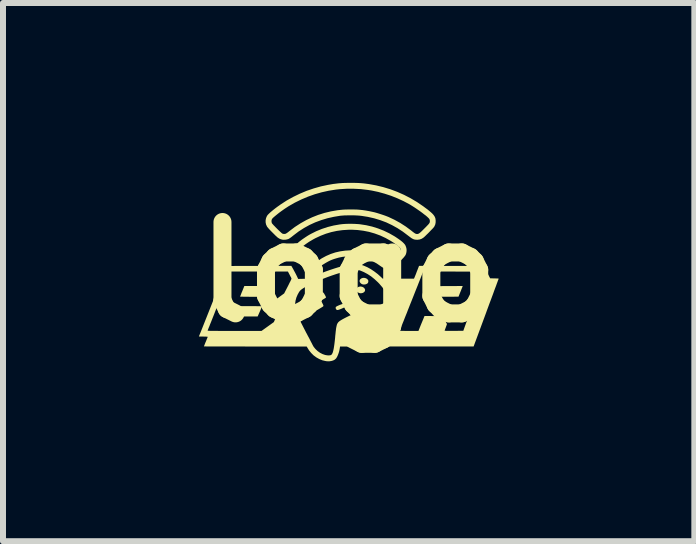
<source format=kicad_pcb>
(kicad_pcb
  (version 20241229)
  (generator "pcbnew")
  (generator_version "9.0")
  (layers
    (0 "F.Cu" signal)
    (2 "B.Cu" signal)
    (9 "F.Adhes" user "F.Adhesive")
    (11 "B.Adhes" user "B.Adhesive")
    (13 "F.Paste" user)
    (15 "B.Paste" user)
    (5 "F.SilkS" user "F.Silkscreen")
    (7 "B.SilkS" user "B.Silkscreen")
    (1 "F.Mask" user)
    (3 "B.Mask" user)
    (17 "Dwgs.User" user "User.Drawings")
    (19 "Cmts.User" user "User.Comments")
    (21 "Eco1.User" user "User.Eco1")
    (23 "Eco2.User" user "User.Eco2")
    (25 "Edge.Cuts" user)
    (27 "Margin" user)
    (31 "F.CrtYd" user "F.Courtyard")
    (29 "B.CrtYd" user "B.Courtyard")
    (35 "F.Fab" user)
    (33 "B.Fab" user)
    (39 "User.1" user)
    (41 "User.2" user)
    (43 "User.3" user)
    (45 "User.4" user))
  (footprint "logo"
    (layer "F.Cu")
    (at 2.765 1.487)
    (property "Reference" "logo" (at 0 0 0) (layer "F.SilkS") (effects (font (size 1.524 1.524) (thickness 0.3))))
    (attr board_only exclude_from_pos_files exclude_from_bom)
    (fp_poly (pts (xy 0.206 0.242) (xy 0.23 0.248) (xy 0.25 0.259) (xy 0.264 0.273) (xy 0.273 0.291) (xy 0.274 0.297) (xy 0.272 0.313) (xy 0.265 0.327) (xy 0.252 0.339) (xy 0.235 0.348) (xy 0.216 0.353) (xy 0.196 0.354) (xy 0.177 0.35) (xy 0.154 0.34) (xy 0.138 0.326) (xy 0.129 0.309) (xy 0.126 0.292) (xy 0.13 0.277) (xy 0.139 0.264) (xy 0.154 0.253) (xy 0.172 0.245) (xy 0.192 0.242)) (stroke (width 0) (type solid)) (fill yes) (layer "F.SilkS"))
    (fp_poly (pts (xy 0.033 0.192) (xy 0.049 0.2) (xy 0.066 0.213) (xy 0.075 0.228) (xy 0.078 0.245) (xy 0.078 0.247) (xy 0.075 0.263) (xy 0.065 0.277) (xy 0.051 0.288) (xy 0.033 0.295) (xy 0.013 0.298) (xy -0.008 0.296) (xy -0.029 0.29) (xy -0.033 0.288) (xy -0.051 0.276) (xy -0.063 0.261) (xy -0.068 0.245) (xy -0.068 0.229) (xy -0.061 0.214) (xy -0.048 0.201) (xy -0.033 0.193) (xy -0.011 0.188) (xy 0.012 0.188)) (stroke (width 0) (type solid)) (fill yes) (layer "F.SilkS"))
    (fp_poly (pts (xy 0.279 0.101) (xy 0.3 0.11) (xy 0.317 0.125) (xy 0.319 0.126) (xy 0.327 0.141) (xy 0.328 0.159) (xy 0.324 0.176) (xy 0.322 0.18) (xy 0.311 0.192) (xy 0.294 0.201) (xy 0.274 0.207) (xy 0.252 0.208) (xy 0.235 0.206) (xy 0.219 0.2) (xy 0.204 0.19) (xy 0.192 0.177) (xy 0.185 0.165) (xy 0.184 0.163) (xy 0.182 0.145) (xy 0.187 0.129) (xy 0.197 0.117) (xy 0.214 0.105) (xy 0.235 0.098) (xy 0.257 0.097)) (stroke (width 0) (type solid)) (fill yes) (layer "F.SilkS"))
    (fp_poly (pts (xy 0.072 0.046) (xy 0.092 0.054) (xy 0.108 0.065) (xy 0.115 0.073) (xy 0.121 0.09) (xy 0.122 0.107) (xy 0.117 0.123) (xy 0.114 0.128) (xy 0.1 0.14) (xy 0.081 0.148) (xy 0.059 0.152) (xy 0.036 0.152) (xy 0.019 0.148) (xy 0.009 0.143) (xy -0.003 0.134) (xy -0.008 0.129) (xy -0.017 0.119) (xy -0.021 0.111) (xy -0.023 0.101) (xy -0.023 0.096) (xy -0.02 0.078) (xy -0.011 0.063) (xy 0.004 0.052) (xy 0.009 0.049) (xy 0.029 0.044) (xy 0.051 0.043)) (stroke (width 0) (type solid)) (fill yes) (layer "F.SilkS"))
    (fp_poly (pts (xy 0.143 0.441) (xy 0.153 0.447) (xy 0.16 0.458) (xy 0.164 0.47) (xy 0.163 0.483) (xy 0.159 0.49) (xy 0.154 0.494) (xy 0.143 0.499) (xy 0.128 0.506) (xy 0.111 0.513) (xy 0.094 0.52) (xy 0.079 0.526) (xy 0.067 0.53) (xy 0.06 0.531) (xy 0.05 0.528) (xy 0.045 0.524) (xy 0.039 0.516) (xy 0.034 0.505) (xy 0.034 0.505) (xy 0.032 0.495) (xy 0.034 0.487) (xy 0.04 0.479) (xy 0.051 0.472) (xy 0.068 0.464) (xy 0.089 0.456) (xy 0.112 0.447) (xy 0.128 0.442) (xy 0.139 0.44)) (stroke (width 0) (type solid)) (fill yes) (layer "F.SilkS"))
    (fp_poly (pts (xy 1.898 0.244) (xy 1.896 0.25) (xy 1.891 0.263) (xy 1.884 0.28) (xy 1.876 0.3) (xy 1.867 0.323) (xy 1.863 0.332) (xy 1.832 0.411) (xy 1.613 0.412) (xy 1.565 0.412) (xy 1.524 0.412) (xy 1.49 0.412) (xy 1.462 0.412) (xy 1.439 0.411) (xy 1.422 0.411) (xy 1.409 0.411) (xy 1.401 0.41) (xy 1.396 0.409) (xy 1.394 0.408) (xy 1.394 0.408) (xy 1.396 0.403) (xy 1.399 0.392) (xy 1.404 0.376) (xy 1.411 0.356) (xy 1.419 0.333) (xy 1.425 0.319) (xy 1.455 0.235) (xy 1.678 0.234) (xy 1.902 0.233)) (stroke (width 0) (type solid)) (fill yes) (layer "F.SilkS"))
    (fp_poly (pts (xy -1.616 0.569) (xy -1.577 0.569) (xy -1.544 0.569) (xy -1.517 0.57) (xy -1.495 0.57) (xy -1.478 0.57) (xy -1.465 0.571) (xy -1.456 0.571) (xy -1.45 0.572) (xy -1.447 0.573) (xy -1.446 0.574) (xy -1.446 0.575) (xy -1.446 0.576) (xy -1.448 0.581) (xy -1.453 0.592) (xy -1.46 0.608) (xy -1.468 0.628) (xy -1.478 0.65) (xy -1.483 0.662) (xy -1.518 0.741) (xy -1.952 0.741) (xy -1.947 0.729) (xy -1.944 0.721) (xy -1.939 0.708) (xy -1.932 0.691) (xy -1.923 0.67) (xy -1.914 0.647) (xy -1.912 0.643) (xy -1.882 0.569) (xy -1.663 0.569)) (stroke (width 0) (type solid)) (fill yes) (layer "F.SilkS"))
    (fp_poly (pts (xy -0.081 0.53) (xy -0.072 0.535) (xy -0.064 0.546) (xy -0.058 0.559) (xy -0.057 0.566) (xy -0.058 0.574) (xy -0.062 0.581) (xy -0.07 0.587) (xy -0.082 0.595) (xy -0.1 0.603) (xy -0.123 0.613) (xy -0.147 0.623) (xy -0.166 0.629) (xy -0.18 0.633) (xy -0.19 0.633) (xy -0.198 0.631) (xy -0.204 0.627) (xy -0.206 0.625) (xy -0.214 0.613) (xy -0.217 0.598) (xy -0.215 0.584) (xy -0.214 0.582) (xy -0.208 0.578) (xy -0.197 0.571) (xy -0.181 0.563) (xy -0.163 0.555) (xy -0.144 0.547) (xy -0.124 0.54) (xy -0.107 0.534) (xy -0.092 0.531) (xy -0.083 0.529)) (stroke (width 0) (type solid)) (fill yes) (layer "F.SilkS"))
    (fp_poly (pts (xy -1.485 0.233) (xy -1.448 0.233) (xy -1.414 0.233) (xy -1.383 0.234) (xy -1.357 0.234) (xy -1.336 0.234) (xy -1.321 0.234) (xy -1.312 0.235) (xy -1.31 0.235) (xy -1.312 0.239) (xy -1.317 0.248) (xy -1.324 0.263) (xy -1.333 0.282) (xy -1.344 0.304) (xy -1.354 0.325) (xy -1.398 0.413) (xy -1.604 0.413) (xy -1.643 0.413) (xy -1.68 0.412) (xy -1.713 0.412) (xy -1.743 0.412) (xy -1.768 0.411) (xy -1.788 0.411) (xy -1.802 0.411) (xy -1.81 0.41) (xy -1.811 0.41) (xy -1.809 0.406) (xy -1.805 0.395) (xy -1.799 0.38) (xy -1.792 0.361) (xy -1.783 0.338) (xy -1.775 0.32) (xy -1.74 0.233) (xy -1.525 0.233)) (stroke (width 0) (type solid)) (fill yes) (layer "F.SilkS"))
    (fp_poly (pts (xy -0.564 0.296) (xy -0.56 0.301) (xy -0.553 0.31) (xy -0.545 0.323) (xy -0.54 0.333) (xy -0.532 0.347) (xy -0.525 0.359) (xy -0.519 0.366) (xy -0.517 0.368) (xy -0.512 0.368) (xy -0.501 0.364) (xy -0.487 0.358) (xy -0.476 0.353) (xy -0.46 0.346) (xy -0.446 0.34) (xy -0.435 0.337) (xy -0.431 0.337) (xy -0.425 0.34) (xy -0.419 0.347) (xy -0.41 0.359) (xy -0.4 0.376) (xy -0.391 0.392) (xy -0.384 0.406) (xy -0.38 0.416) (xy -0.378 0.421) (xy -0.38 0.426) (xy -0.386 0.432) (xy -0.397 0.439) (xy -0.414 0.449) (xy -0.431 0.459) (xy -0.443 0.466) (xy -0.453 0.472) (xy -0.457 0.476) (xy -0.457 0.476) (xy -0.456 0.481) (xy -0.452 0.492) (xy -0.446 0.505) (xy -0.44 0.518) (xy -0.43 0.537) (xy -0.424 0.55) (xy -0.421 0.56) (xy -0.422 0.567) (xy -0.425 0.572) (xy -0.427 0.574) (xy -0.434 0.579) (xy -0.445 0.586) (xy -0.46 0.595) (xy -0.476 0.605) (xy -0.492 0.615) (xy -0.506 0.623) (xy -0.519 0.63) (xy -0.527 0.633) (xy -0.529 0.634) (xy -0.536 0.631) (xy -0.538 0.629) (xy -0.541 0.624) (xy -0.547 0.614) (xy -0.554 0.6) (xy -0.561 0.585) (xy -0.571 0.566) (xy -0.58 0.553) (xy -0.585 0.547) (xy -0.587 0.546) (xy -0.592 0.548) (xy -0.603 0.553) (xy -0.618 0.56) (xy -0.635 0.569) (xy -0.639 0.571) (xy -0.66 0.582) (xy -0.675 0.59) (xy -0.686 0.594) (xy -0.694 0.595) (xy -0.699 0.594) (xy -0.702 0.591) (xy -0.706 0.584) (xy -0.712 0.572) (xy -0.72 0.557) (xy -0.727 0.54) (xy -0.734 0.523) (xy -0.74 0.508) (xy -0.744 0.496) (xy -0.745 0.491) (xy -0.744 0.486) (xy -0.742 0.482) (xy -0.736 0.478) (xy -0.727 0.472) (xy -0.712 0.465) (xy -0.698 0.458) (xy -0.68 0.45) (xy -0.665 0.442) (xy -0.653 0.435) (xy -0.647 0.431) (xy -0.646 0.43) (xy -0.644 0.426) (xy -0.645 0.42) (xy -0.649 0.41) (xy -0.657 0.394) (xy -0.659 0.39) (xy -0.666 0.374) (xy -0.672 0.36) (xy -0.675 0.35) (xy -0.675 0.346) (xy -0.674 0.343) (xy -0.669 0.338) (xy -0.659 0.333) (xy -0.645 0.326) (xy -0.625 0.317) (xy -0.622 0.316) (xy -0.603 0.308) (xy -0.586 0.302) (xy -0.573 0.298) (xy -0.565 0.296)) (stroke (width 0) (type solid)) (fill yes) (layer "F.SilkS"))
    (fp_poly (pts (xy 0.062 -0.804) (xy 0.1 -0.803) (xy 0.135 -0.801) (xy 0.166 -0.799) (xy 0.187 -0.797) (xy 0.291 -0.781) (xy 0.392 -0.758) (xy 0.49 -0.727) (xy 0.585 -0.69) (xy 0.677 -0.646) (xy 0.766 -0.595) (xy 0.786 -0.582) (xy 0.829 -0.553) (xy 0.865 -0.527) (xy 0.894 -0.504) (xy 0.917 -0.482) (xy 0.934 -0.463) (xy 0.944 -0.449) (xy 0.957 -0.418) (xy 0.965 -0.385) (xy 0.966 -0.352) (xy 0.961 -0.319) (xy 0.961 -0.318) (xy 0.957 -0.306) (xy 0.953 -0.294) (xy 0.948 -0.283) (xy 0.94 -0.271) (xy 0.93 -0.258) (xy 0.918 -0.243) (xy 0.901 -0.225) (xy 0.881 -0.204) (xy 0.855 -0.178) (xy 0.846 -0.17) (xy 0.819 -0.142) (xy 0.796 -0.12) (xy 0.776 -0.102) (xy 0.76 -0.088) (xy 0.746 -0.077) (xy 0.732 -0.069) (xy 0.72 -0.063) (xy 0.707 -0.058) (xy 0.693 -0.055) (xy 0.681 -0.053) (xy 0.651 -0.051) (xy 0.622 -0.054) (xy 0.593 -0.063) (xy 0.563 -0.078) (xy 0.535 -0.097) (xy 0.468 -0.143) (xy 0.398 -0.181) (xy 0.325 -0.212) (xy 0.261 -0.233) (xy 0.191 -0.249) (xy 0.118 -0.259) (xy 0.044 -0.263) (xy -0.03 -0.261) (xy -0.102 -0.253) (xy -0.163 -0.241) (xy -0.202 -0.23) (xy -0.239 -0.219) (xy -0.273 -0.207) (xy -0.307 -0.193) (xy -0.341 -0.176) (xy -0.377 -0.156) (xy -0.415 -0.133) (xy -0.457 -0.106) (xy -0.49 -0.083) (xy -0.521 -0.066) (xy -0.554 -0.055) (xy -0.588 -0.051) (xy -0.621 -0.054) (xy -0.626 -0.055) (xy -0.648 -0.061) (xy -0.666 -0.068) (xy -0.684 -0.079) (xy -0.697 -0.089) (xy -0.708 -0.098) (xy -0.722 -0.111) (xy -0.739 -0.127) (xy -0.758 -0.146) (xy -0.779 -0.166) (xy -0.799 -0.187) (xy -0.819 -0.207) (xy -0.837 -0.226) (xy -0.852 -0.243) (xy -0.864 -0.256) (xy -0.871 -0.265) (xy -0.887 -0.296) (xy -0.897 -0.329) (xy -0.899 -0.355) (xy -0.802 -0.355) (xy -0.797 -0.334) (xy -0.795 -0.329) (xy -0.79 -0.322) (xy -0.78 -0.311) (xy -0.767 -0.296) (xy -0.75 -0.279) (xy -0.732 -0.26) (xy -0.712 -0.241) (xy -0.693 -0.221) (xy -0.673 -0.203) (xy -0.656 -0.186) (xy -0.64 -0.172) (xy -0.628 -0.162) (xy -0.62 -0.156) (xy -0.619 -0.155) (xy -0.602 -0.15) (xy -0.582 -0.149) (xy -0.565 -0.152) (xy -0.563 -0.153) (xy -0.556 -0.157) (xy -0.544 -0.164) (xy -0.53 -0.174) (xy -0.52 -0.181) (xy -0.45 -0.228) (xy -0.376 -0.268) (xy -0.3 -0.301) (xy -0.222 -0.327) (xy -0.142 -0.345) (xy -0.06 -0.357) (xy 0.023 -0.362) (xy 0.106 -0.359) (xy 0.189 -0.348) (xy 0.273 -0.331) (xy 0.287 -0.327) (xy 0.36 -0.303) (xy 0.433 -0.272) (xy 0.503 -0.235) (xy 0.55 -0.205) (xy 0.575 -0.188) (xy 0.595 -0.175) (xy 0.61 -0.165) (xy 0.622 -0.158) (xy 0.631 -0.154) (xy 0.638 -0.151) (xy 0.644 -0.149) (xy 0.65 -0.149) (xy 0.654 -0.149) (xy 0.667 -0.15) (xy 0.679 -0.152) (xy 0.683 -0.153) (xy 0.688 -0.157) (xy 0.698 -0.165) (xy 0.711 -0.177) (xy 0.727 -0.192) (xy 0.746 -0.21) (xy 0.765 -0.228) (xy 0.785 -0.248) (xy 0.804 -0.267) (xy 0.821 -0.285) (xy 0.837 -0.301) (xy 0.849 -0.314) (xy 0.858 -0.324) (xy 0.861 -0.329) (xy 0.868 -0.35) (xy 0.868 -0.373) (xy 0.861 -0.395) (xy 0.853 -0.408) (xy 0.845 -0.417) (xy 0.832 -0.428) (xy 0.814 -0.442) (xy 0.793 -0.458) (xy 0.77 -0.474) (xy 0.747 -0.491) (xy 0.723 -0.506) (xy 0.704 -0.518) (xy 0.617 -0.567) (xy 0.527 -0.609) (xy 0.434 -0.643) (xy 0.34 -0.67) (xy 0.244 -0.689) (xy 0.147 -0.701) (xy 0.048 -0.706) (xy -0.004 -0.705) (xy -0.102 -0.699) (xy -0.197 -0.686) (xy -0.29 -0.666) (xy -0.38 -0.639) (xy -0.468 -0.605) (xy -0.556 -0.564) (xy -0.591 -0.545) (xy -0.625 -0.525) (xy -0.659 -0.505) (xy -0.69 -0.484) (xy -0.719 -0.464) (xy -0.744 -0.445) (xy -0.766 -0.428) (xy -0.782 -0.413) (xy -0.792 -0.4) (xy -0.793 -0.398) (xy -0.801 -0.377) (xy -0.802 -0.355) (xy -0.899 -0.355) (xy -0.9 -0.363) (xy -0.897 -0.398) (xy -0.886 -0.431) (xy -0.869 -0.461) (xy -0.861 -0.473) (xy -0.849 -0.485) (xy -0.831 -0.501) (xy -0.808 -0.519) (xy -0.782 -0.539) (xy -0.753 -0.559) (xy -0.722 -0.58) (xy -0.69 -0.601) (xy -0.659 -0.62) (xy -0.628 -0.637) (xy -0.54 -0.681) (xy -0.447 -0.719) (xy -0.35 -0.751) (xy -0.25 -0.776) (xy -0.147 -0.794) (xy -0.105 -0.799) (xy -0.08 -0.801) (xy -0.049 -0.803) (xy -0.014 -0.804) (xy 0.023 -0.804)) (stroke (width 0) (type solid)) (fill yes) (layer "F.SilkS"))
    (fp_poly (pts (xy 0.04 -1.487) (xy 0.092 -1.487) (xy 0.138 -1.486) (xy 0.181 -1.484) (xy 0.222 -1.481) (xy 0.263 -1.477) (xy 0.307 -1.471) (xy 0.338 -1.467) (xy 0.459 -1.445) (xy 0.578 -1.416) (xy 0.696 -1.38) (xy 0.811 -1.337) (xy 0.924 -1.287) (xy 1.034 -1.23) (xy 1.14 -1.167) (xy 1.243 -1.097) (xy 1.279 -1.07) (xy 1.316 -1.043) (xy 1.346 -1.018) (xy 1.371 -0.997) (xy 1.392 -0.978) (xy 1.408 -0.961) (xy 1.421 -0.945) (xy 1.431 -0.93) (xy 1.437 -0.918) (xy 1.443 -0.904) (xy 1.447 -0.891) (xy 1.449 -0.876) (xy 1.451 -0.857) (xy 1.451 -0.856) (xy 1.45 -0.823) (xy 1.444 -0.793) (xy 1.432 -0.766) (xy 1.426 -0.755) (xy 1.42 -0.747) (xy 1.41 -0.735) (xy 1.396 -0.72) (xy 1.378 -0.702) (xy 1.359 -0.682) (xy 1.339 -0.661) (xy 1.318 -0.64) (xy 1.298 -0.621) (xy 1.28 -0.603) (xy 1.264 -0.588) (xy 1.251 -0.577) (xy 1.244 -0.571) (xy 1.214 -0.553) (xy 1.181 -0.542) (xy 1.145 -0.538) (xy 1.143 -0.538) (xy 1.123 -0.539) (xy 1.105 -0.541) (xy 1.088 -0.545) (xy 1.072 -0.552) (xy 1.054 -0.561) (xy 1.034 -0.575) (xy 1.01 -0.593) (xy 0.989 -0.609) (xy 0.903 -0.674) (xy 0.814 -0.732) (xy 0.722 -0.783) (xy 0.627 -0.828) (xy 0.528 -0.865) (xy 0.426 -0.896) (xy 0.32 -0.92) (xy 0.22 -0.936) (xy 0.186 -0.94) (xy 0.147 -0.943) (xy 0.104 -0.945) (xy 0.059 -0.946) (xy 0.013 -0.946) (xy -0.032 -0.945) (xy -0.074 -0.944) (xy -0.112 -0.941) (xy -0.138 -0.939) (xy -0.247 -0.921) (xy -0.354 -0.897) (xy -0.457 -0.866) (xy -0.557 -0.829) (xy -0.653 -0.785) (xy -0.745 -0.734) (xy -0.834 -0.677) (xy -0.917 -0.614) (xy -0.942 -0.594) (xy -0.961 -0.579) (xy -0.977 -0.568) (xy -0.99 -0.559) (xy -1.001 -0.553) (xy -1.011 -0.549) (xy -1.014 -0.548) (xy -1.047 -0.54) (xy -1.083 -0.538) (xy -1.1 -0.539) (xy -1.129 -0.546) (xy -1.154 -0.556) (xy -1.162 -0.561) (xy -1.17 -0.566) (xy -1.179 -0.572) (xy -1.189 -0.579) (xy -1.2 -0.59) (xy -1.215 -0.603) (xy -1.232 -0.62) (xy -1.254 -0.642) (xy -1.267 -0.655) (xy -1.297 -0.685) (xy -1.321 -0.71) (xy -1.34 -0.731) (xy -1.353 -0.747) (xy -1.362 -0.758) (xy -1.363 -0.761) (xy -1.378 -0.794) (xy -1.385 -0.829) (xy -1.385 -0.842) (xy -1.287 -0.842) (xy -1.283 -0.822) (xy -1.28 -0.814) (xy -1.275 -0.807) (xy -1.265 -0.796) (xy -1.252 -0.781) (xy -1.235 -0.764) (xy -1.217 -0.745) (xy -1.198 -0.726) (xy -1.178 -0.706) (xy -1.159 -0.688) (xy -1.141 -0.671) (xy -1.126 -0.657) (xy -1.114 -0.647) (xy -1.106 -0.641) (xy -1.104 -0.64) (xy -1.083 -0.635) (xy -1.061 -0.636) (xy -1.048 -0.64) (xy -1.041 -0.644) (xy -1.029 -0.652) (xy -1.013 -0.663) (xy -0.997 -0.676) (xy -0.988 -0.683) (xy -0.898 -0.751) (xy -0.804 -0.812) (xy -0.708 -0.866) (xy -0.609 -0.913) (xy -0.508 -0.953) (xy -0.403 -0.986) (xy -0.295 -1.012) (xy -0.184 -1.031) (xy -0.128 -1.037) (xy -0.098 -1.04) (xy -0.063 -1.042) (xy -0.023 -1.043) (xy 0.018 -1.044) (xy 0.059 -1.044) (xy 0.099 -1.043) (xy 0.136 -1.042) (xy 0.167 -1.04) (xy 0.176 -1.039) (xy 0.228 -1.034) (xy 0.283 -1.026) (xy 0.339 -1.016) (xy 0.391 -1.005) (xy 0.405 -1.002) (xy 0.436 -0.995) (xy 0.471 -0.985) (xy 0.51 -0.973) (xy 0.55 -0.96) (xy 0.589 -0.947) (xy 0.625 -0.934) (xy 0.655 -0.922) (xy 0.663 -0.919) (xy 0.763 -0.872) (xy 0.861 -0.818) (xy 0.954 -0.758) (xy 1.043 -0.692) (xy 1.069 -0.671) (xy 1.089 -0.656) (xy 1.105 -0.645) (xy 1.119 -0.638) (xy 1.132 -0.635) (xy 1.141 -0.634) (xy 1.15 -0.635) (xy 1.159 -0.637) (xy 1.168 -0.641) (xy 1.178 -0.647) (xy 1.19 -0.656) (xy 1.205 -0.669) (xy 1.223 -0.686) (xy 1.245 -0.708) (xy 1.267 -0.73) (xy 1.291 -0.754) (xy 1.309 -0.773) (xy 1.324 -0.788) (xy 1.334 -0.8) (xy 1.342 -0.81) (xy 1.347 -0.817) (xy 1.35 -0.823) (xy 1.352 -0.829) (xy 1.352 -0.829) (xy 1.355 -0.852) (xy 1.35 -0.875) (xy 1.346 -0.883) (xy 1.339 -0.893) (xy 1.326 -0.906) (xy 1.308 -0.923) (xy 1.286 -0.942) (xy 1.259 -0.962) (xy 1.23 -0.985) (xy 1.199 -1.008) (xy 1.166 -1.031) (xy 1.133 -1.054) (xy 1.099 -1.077) (xy 1.066 -1.098) (xy 1.034 -1.118) (xy 1.012 -1.131) (xy 0.916 -1.182) (xy 0.814 -1.229) (xy 0.709 -1.271) (xy 0.602 -1.306) (xy 0.493 -1.336) (xy 0.385 -1.359) (xy 0.323 -1.369) (xy 0.205 -1.383) (xy 0.086 -1.389) (xy -0.033 -1.389) (xy -0.15 -1.382) (xy -0.214 -1.375) (xy -0.333 -1.356) (xy -0.45 -1.33) (xy -0.566 -1.297) (xy -0.679 -1.257) (xy -0.79 -1.21) (xy -0.898 -1.157) (xy -1.001 -1.098) (xy -1.064 -1.057) (xy -1.094 -1.036) (xy -1.125 -1.014) (xy -1.155 -0.992) (xy -1.183 -0.97) (xy -1.209 -0.949) (xy -1.232 -0.93) (xy -1.252 -0.913) (xy -1.267 -0.898) (xy -1.277 -0.887) (xy -1.28 -0.882) (xy -1.286 -0.863) (xy -1.287 -0.842) (xy -1.385 -0.842) (xy -1.385 -0.864) (xy -1.378 -0.899) (xy -1.364 -0.932) (xy -1.358 -0.942) (xy -1.347 -0.956) (xy -1.331 -0.972) (xy -1.31 -0.992) (xy -1.284 -1.014) (xy -1.255 -1.038) (xy -1.222 -1.064) (xy -1.187 -1.09) (xy -1.15 -1.116) (xy -1.138 -1.125) (xy -1.035 -1.192) (xy -0.927 -1.252) (xy -0.816 -1.306) (xy -0.702 -1.354) (xy -0.584 -1.394) (xy -0.465 -1.428) (xy -0.343 -1.454) (xy -0.256 -1.469) (xy -0.213 -1.474) (xy -0.174 -1.479) (xy -0.136 -1.482) (xy -0.099 -1.485) (xy -0.059 -1.486) (xy -0.016 -1.487) (xy 0.033 -1.487)) (stroke (width 0) (type solid)) (fill yes) (layer "F.SilkS"))
    (fp_poly (pts (xy 0.143 -0.134) (xy 0.178 -0.129) (xy 0.191 -0.127) (xy 0.25 -0.107) (xy 0.31 -0.081) (xy 0.37 -0.048) (xy 0.428 -0.009) (xy 0.486 0.035) (xy 0.537 0.081) (xy 0.568 0.111) (xy 1.089 0.111) (xy 1.098 0.091) (xy 1.102 0.081) (xy 1.108 0.066) (xy 1.116 0.047) (xy 1.125 0.024) (xy 1.134 -0.001) (xy 1.14 -0.016) (xy 1.174 -0.103) (xy 2.251 -0.101) (xy 2.306 0.002) (xy 2.36 0.105) (xy 2.432 0.106) (xy 2.458 0.107) (xy 2.477 0.107) (xy 2.49 0.108) (xy 2.498 0.109) (xy 2.501 0.111) (xy 2.501 0.112) (xy 2.5 0.116) (xy 2.496 0.127) (xy 2.489 0.144) (xy 2.481 0.167) (xy 2.47 0.196) (xy 2.458 0.23) (xy 2.443 0.269) (xy 2.427 0.312) (xy 2.41 0.36) (xy 2.391 0.411) (xy 2.371 0.465) (xy 2.349 0.523) (xy 2.327 0.583) (xy 2.304 0.645) (xy 2.292 0.679) (xy 2.084 1.241) (xy 0.97 1.241) (xy -0.144 1.242) (xy -0.147 1.264) (xy -0.153 1.298) (xy -0.161 1.332) (xy -0.172 1.365) (xy -0.184 1.395) (xy -0.197 1.421) (xy -0.21 1.441) (xy -0.211 1.442) (xy -0.232 1.461) (xy -0.259 1.475) (xy -0.29 1.484) (xy -0.325 1.489) (xy -0.362 1.488) (xy -0.388 1.484) (xy -0.442 1.471) (xy -0.492 1.45) (xy -0.54 1.423) (xy -0.585 1.39) (xy -0.625 1.35) (xy -0.661 1.306) (xy -0.687 1.264) (xy -0.7 1.242) (xy -1.557 1.242) (xy -1.637 1.242) (xy -1.716 1.242) (xy -1.792 1.241) (xy -1.865 1.241) (xy -1.935 1.241) (xy -2.002 1.241) (xy -2.065 1.241) (xy -2.124 1.241) (xy -2.178 1.241) (xy -2.228 1.241) (xy -2.273 1.241) (xy -2.312 1.241) (xy -2.345 1.241) (xy -2.372 1.241) (xy -2.393 1.24) (xy -2.407 1.24) (xy -2.414 1.24) (xy -2.414 1.24) (xy -2.413 1.236) (xy -2.409 1.227) (xy -2.403 1.212) (xy -2.396 1.193) (xy -2.387 1.171) (xy -2.383 1.163) (xy -2.374 1.14) (xy -2.366 1.12) (xy -2.359 1.103) (xy -2.354 1.09) (xy -2.351 1.083) (xy -2.35 1.082) (xy -2.352 1.08) (xy -2.357 1.079) (xy -2.367 1.078) (xy -2.383 1.077) (xy -2.406 1.077) (xy -2.423 1.076) (xy -2.498 1.075) (xy -2.458 0.976) (xy -2.352 0.976) (xy -2.351 0.977) (xy -2.349 0.978) (xy -2.345 0.979) (xy -2.339 0.979) (xy -2.331 0.98) (xy -2.32 0.98) (xy -2.305 0.981) (xy -2.287 0.981) (xy -2.265 0.981) (xy -2.238 0.981) (xy -2.206 0.981) (xy -2.169 0.982) (xy -2.126 0.982) (xy -2.078 0.982) (xy -2.022 0.982) (xy -1.96 0.982) (xy -1.903 0.982) (xy -1.453 0.982) (xy -1.248 0.835) (xy -1.198 0.721) (xy -1.147 0.607) (xy -1.168 0.571) (xy -0.893 0.571) (xy -0.891 0.59) (xy -0.888 0.611) (xy -0.883 0.633) (xy -0.876 0.658) (xy -0.866 0.685) (xy -0.854 0.714) (xy -0.84 0.748) (xy -0.823 0.785) (xy -0.803 0.827) (xy -0.779 0.874) (xy -0.752 0.927) (xy -0.722 0.985) (xy -0.711 1.007) (xy -0.695 1.036) (xy -0.679 1.067) (xy -0.662 1.098) (xy -0.647 1.127) (xy -0.634 1.153) (xy -0.625 1.17) (xy -0.614 1.191) (xy -0.604 1.211) (xy -0.595 1.228) (xy -0.588 1.24) (xy -0.584 1.247) (xy -0.554 1.284) (xy -0.518 1.318) (xy -0.479 1.346) (xy -0.436 1.368) (xy -0.393 1.383) (xy -0.371 1.387) (xy -0.347 1.39) (xy -0.325 1.39) (xy -0.307 1.388) (xy -0.296 1.385) (xy -0.287 1.379) (xy -0.279 1.369) (xy -0.271 1.355) (xy -0.263 1.335) (xy -0.257 1.311) (xy -0.25 1.28) (xy -0.244 1.244) (xy -0.238 1.202) (xy -0.232 1.152) (xy -0.226 1.096) (xy -0.224 1.068) (xy -0.219 1.022) (xy -0.215 0.982) (xy -0.214 0.978) (xy 0.852 0.978) (xy 0.855 0.979) (xy 0.866 0.98) (xy 0.884 0.981) (xy 0.909 0.981) (xy 0.942 0.982) (xy 0.982 0.982) (xy 1.008 0.982) (xy 1.164 0.982) (xy 1.201 0.889) (xy 1.212 0.862) (xy 1.223 0.836) (xy 1.233 0.811) (xy 1.242 0.79) (xy 1.249 0.773) (xy 1.252 0.765) (xy 1.265 0.733) (xy 1.413 0.734) (xy 1.56 0.735) (xy 1.6 0.798) (xy 1.612 0.818) (xy 1.622 0.836) (xy 1.631 0.851) (xy 1.636 0.862) (xy 1.639 0.868) (xy 1.639 0.868) (xy 1.637 0.874) (xy 1.634 0.885) (xy 1.628 0.9) (xy 1.622 0.918) (xy 1.62 0.923) (xy 1.613 0.942) (xy 1.607 0.957) (xy 1.603 0.969) (xy 1.601 0.976) (xy 1.601 0.977) (xy 1.602 0.978) (xy 1.607 0.979) (xy 1.616 0.98) (xy 1.629 0.981) (xy 1.647 0.981) (xy 1.671 0.981) (xy 1.701 0.981) (xy 1.737 0.981) (xy 1.756 0.981) (xy 1.912 0.98) (xy 1.964 0.835) (xy 1.976 0.803) (xy 1.986 0.773) (xy 1.996 0.747) (xy 2.004 0.724) (xy 2.01 0.705) (xy 2.015 0.692) (xy 2.017 0.685) (xy 2.017 0.684) (xy 2.015 0.679) (xy 2.01 0.669) (xy 2.002 0.655) (xy 1.993 0.639) (xy 1.99 0.634) (xy 1.98 0.617) (xy 1.972 0.603) (xy 1.966 0.593) (xy 1.964 0.587) (xy 1.964 0.587) (xy 1.968 0.585) (xy 1.976 0.579) (xy 1.99 0.57) (xy 2.006 0.56) (xy 2.019 0.552) (xy 2.037 0.54) (xy 2.054 0.53) (xy 2.067 0.521) (xy 2.076 0.514) (xy 2.079 0.512) (xy 2.081 0.508) (xy 2.087 0.497) (xy 2.094 0.48) (xy 2.104 0.458) (xy 2.116 0.432) (xy 2.129 0.402) (xy 2.143 0.369) (xy 2.159 0.334) (xy 2.169 0.31) (xy 2.253 0.113) (xy 2.222 0.053) (xy 2.191 -0.007) (xy 1.717 -0.008) (xy 1.242 -0.008) (xy 1.209 0.077) (xy 1.197 0.108) (xy 1.183 0.143) (xy 1.167 0.183) (xy 1.15 0.227) (xy 1.131 0.274) (xy 1.111 0.324) (xy 1.091 0.375) (xy 1.07 0.428) (xy 1.049 0.481) (xy 1.028 0.533) (xy 1.008 0.584) (xy 0.988 0.634) (xy 0.97 0.681) (xy 0.952 0.725) (xy 0.936 0.765) (xy 0.922 0.801) (xy 0.91 0.831) (xy 0.9 0.855) (xy 0.896 0.866) (xy 0.885 0.893) (xy 0.875 0.918) (xy 0.866 0.94) (xy 0.859 0.957) (xy 0.855 0.97) (xy 0.852 0.977) (xy 0.852 0.978) (xy -0.214 0.978) (xy -0.211 0.948) (xy -0.206 0.92) (xy -0.201 0.897) (xy -0.196 0.877) (xy -0.189 0.861) (xy -0.181 0.848) (xy -0.172 0.836) (xy -0.161 0.826) (xy -0.148 0.816) (xy -0.136 0.808) (xy -0.108 0.791) (xy -0.075 0.773) (xy -0.036 0.753) (xy 0.005 0.733) (xy 0.05 0.712) (xy 0.095 0.693) (xy 0.14 0.674) (xy 0.184 0.656) (xy 0.225 0.641) (xy 0.262 0.628) (xy 0.29 0.62) (xy 0.317 0.614) (xy 0.341 0.612) (xy 0.365 0.614) (xy 0.388 0.62) (xy 0.413 0.63) (xy 0.442 0.646) (xy 0.455 0.654) (xy 0.47 0.664) (xy 0.491 0.679) (xy 0.514 0.696) (xy 0.539 0.714) (xy 0.564 0.734) (xy 0.588 0.753) (xy 0.609 0.77) (xy 0.613 0.773) (xy 0.638 0.793) (xy 0.659 0.807) (xy 0.677 0.817) (xy 0.694 0.822) (xy 0.712 0.823) (xy 0.731 0.82) (xy 0.753 0.814) (xy 0.78 0.805) (xy 0.778 0.762) (xy 0.772 0.708) (xy 0.76 0.65) (xy 0.742 0.59) (xy 0.718 0.526) (xy 0.687 0.458) (xy 0.678 0.438) (xy 0.641 0.37) (xy 0.602 0.308) (xy 0.559 0.251) (xy 0.512 0.196) (xy 0.489 0.172) (xy 0.432 0.119) (xy 0.374 0.072) (xy 0.314 0.033) (xy 0.254 0.001) (xy 0.195 -0.024) (xy 0.179 -0.029) (xy 0.167 -0.032) (xy 0.156 -0.034) (xy 0.143 -0.036) (xy 0.126 -0.036) (xy 0.107 -0.036) (xy 0.083 -0.036) (xy 0.062 -0.034) (xy 0.043 -0.032) (xy 0.021 -0.028) (xy 0.001 -0.024) (xy -0.064 -0.008) (xy -0.133 0.011) (xy -0.206 0.033) (xy -0.28 0.058) (xy -0.355 0.085) (xy -0.43 0.114) (xy -0.502 0.143) (xy -0.571 0.173) (xy -0.636 0.204) (xy -0.694 0.234) (xy -0.711 0.243) (xy -0.741 0.26) (xy -0.765 0.275) (xy -0.785 0.289) (xy -0.801 0.302) (xy -0.815 0.317) (xy -0.827 0.333) (xy -0.838 0.353) (xy -0.85 0.374) (xy -0.872 0.425) (xy -0.886 0.477) (xy -0.893 0.529) (xy -0.893 0.571) (xy -1.168 0.571) (xy -1.187 0.539) (xy -1.199 0.519) (xy -1.21 0.501) (xy -1.218 0.486) (xy -1.224 0.475) (xy -1.227 0.47) (xy -1.227 0.47) (xy -1.225 0.467) (xy -1.217 0.46) (xy -1.204 0.45) (xy -1.187 0.438) (xy -1.168 0.424) (xy -1.152 0.412) (xy -1.076 0.357) (xy -1.013 0.235) (xy -0.997 0.203) (xy -0.984 0.176) (xy -0.973 0.156) (xy -0.965 0.139) (xy -0.96 0.127) (xy -0.956 0.118) (xy -0.955 0.112) (xy -0.954 0.107) (xy -0.955 0.104) (xy -0.955 0.103) (xy -0.958 0.097) (xy -0.964 0.085) (xy -0.973 0.069) (xy -0.982 0.051) (xy -0.986 0.043) (xy -1.013 -0.008) (xy -1.962 -0.008) (xy -2.156 0.48) (xy -2.179 0.539) (xy -2.201 0.595) (xy -2.223 0.649) (xy -2.243 0.701) (xy -2.262 0.749) (xy -2.28 0.794) (xy -2.296 0.835) (xy -2.311 0.871) (xy -2.323 0.903) (xy -2.334 0.929) (xy -2.342 0.95) (xy -2.348 0.965) (xy -2.351 0.973) (xy -2.352 0.975) (xy -2.352 0.976) (xy -2.458 0.976) (xy -2.264 0.487) (xy -2.03 -0.101) (xy -0.956 -0.103) (xy -0.924 -0.047) (xy -0.911 -0.022) (xy -0.896 0.005) (xy -0.882 0.032) (xy -0.87 0.056) (xy -0.867 0.062) (xy -0.842 0.115) (xy -0.756 0.113) (xy -0.67 0.112) (xy -0.604 0.081) (xy -0.535 0.051) (xy -0.464 0.022) (xy -0.392 -0.006) (xy -0.319 -0.032) (xy -0.247 -0.056) (xy -0.177 -0.078) (xy -0.11 -0.097) (xy -0.047 -0.113) (xy 0.011 -0.125) (xy 0.017 -0.126) (xy 0.061 -0.133) (xy 0.103 -0.135)) (stroke (width 0) (type solid)) (fill yes) (layer "F.SilkS")))
  (gr_rect
    (start -3 -3)
    (end 8.53 5.976)
    (stroke (width 0.1) (type default))
    (fill no)
    (layer "Edge.Cuts")))
</source>
